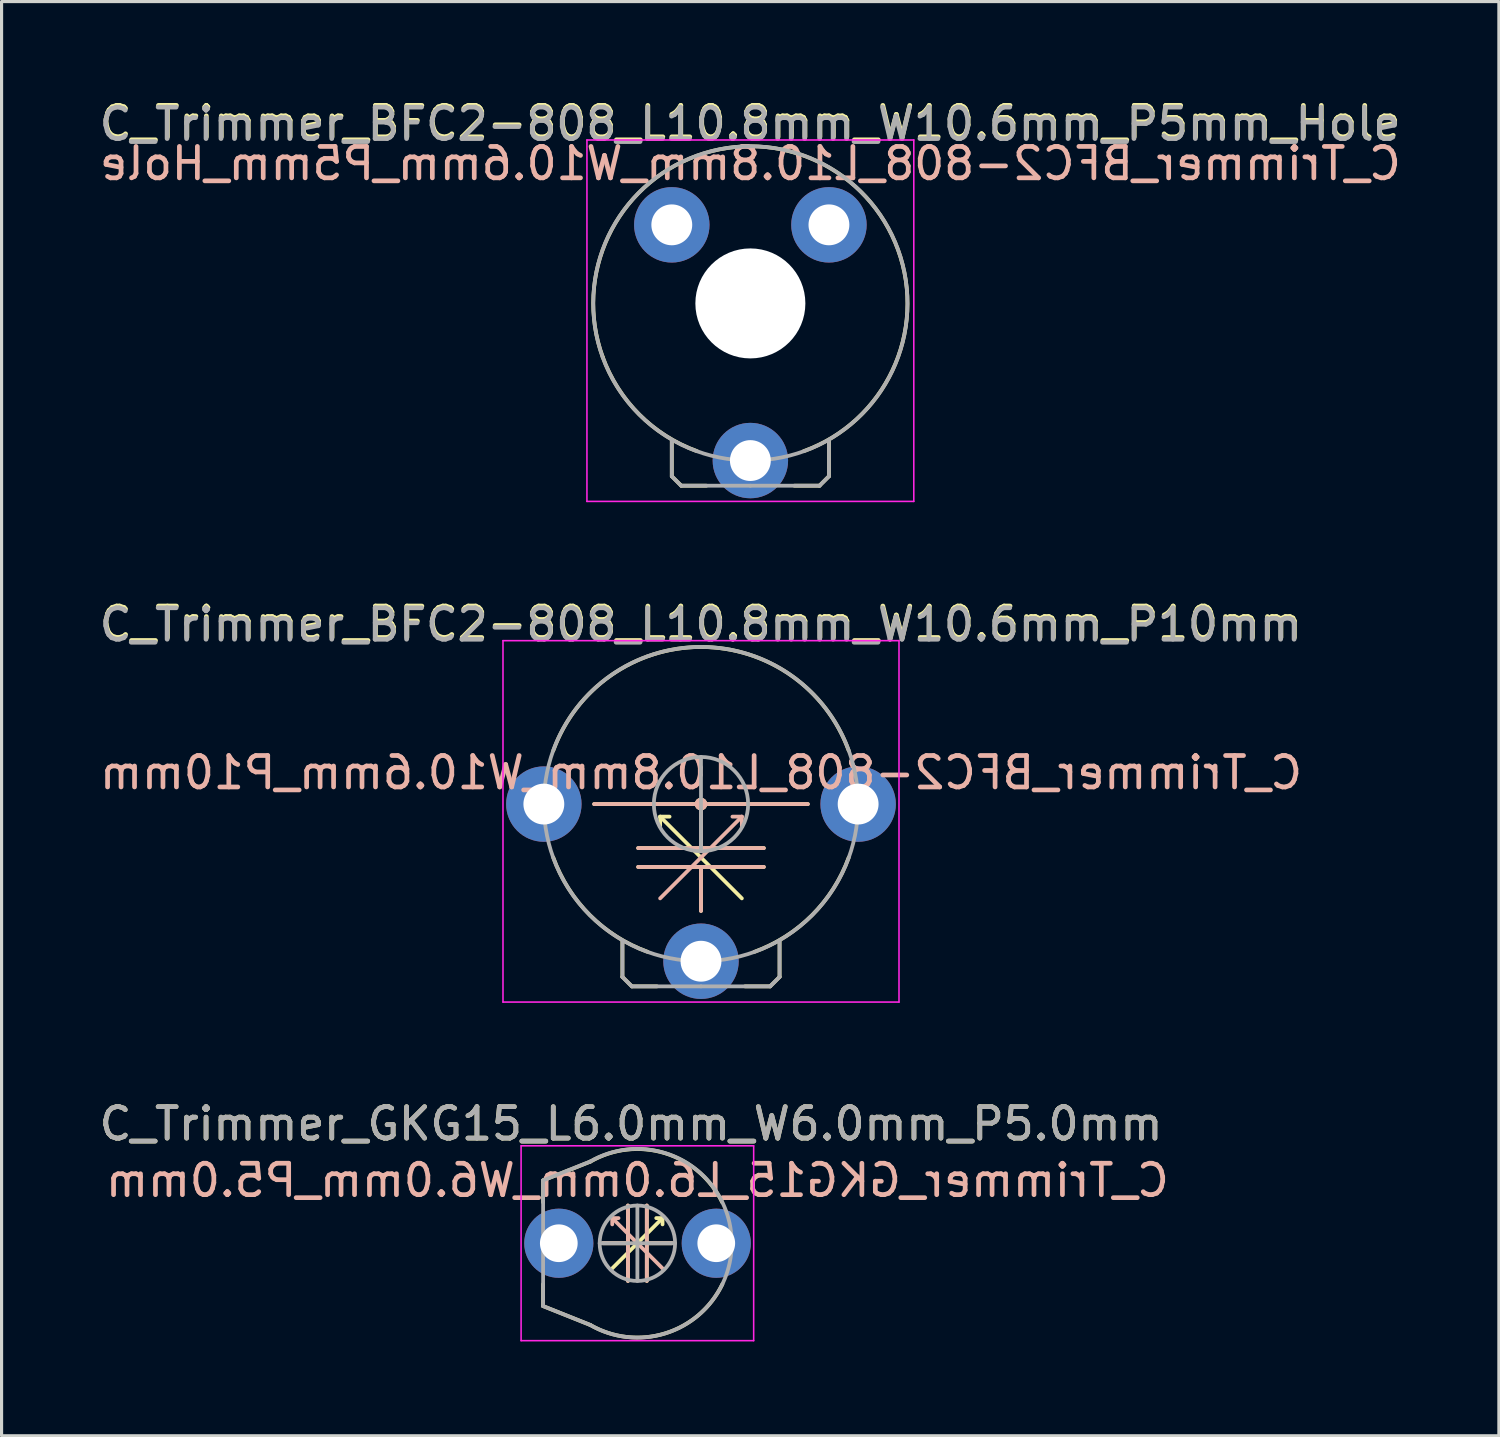
<source format=kicad_pcb>
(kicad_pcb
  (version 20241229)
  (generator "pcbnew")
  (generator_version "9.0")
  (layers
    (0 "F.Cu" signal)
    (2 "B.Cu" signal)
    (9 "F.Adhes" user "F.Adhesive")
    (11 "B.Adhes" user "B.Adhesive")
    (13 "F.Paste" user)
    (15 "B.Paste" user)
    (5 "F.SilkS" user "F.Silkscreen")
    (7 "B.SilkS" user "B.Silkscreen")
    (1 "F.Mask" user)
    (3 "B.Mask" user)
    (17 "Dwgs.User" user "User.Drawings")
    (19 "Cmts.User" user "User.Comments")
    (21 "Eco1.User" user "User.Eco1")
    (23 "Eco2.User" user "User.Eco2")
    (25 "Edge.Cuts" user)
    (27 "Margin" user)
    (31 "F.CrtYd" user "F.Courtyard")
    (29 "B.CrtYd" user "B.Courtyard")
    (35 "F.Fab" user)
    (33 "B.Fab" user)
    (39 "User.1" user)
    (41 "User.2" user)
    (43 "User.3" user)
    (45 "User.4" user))
  (footprint "C_Trimmer_GKG15_L6.0mm_W6.0mm_P5.0mm"
    (layer "F.Cu")
    (at 14.73 36.507)
    (property "Reference" "C_Trimmer_GKG15_L6.0mm_W6.0mm_P5.0mm" (at 2.3 -3.8 180) (layer "F.SilkS") (effects (font (size 1 1) (thickness 0.15))))
    (fp_line (start -0.5 -2) (end -0.5 -1.3) (stroke (width 0.12) (type solid)) (layer "F.SilkS"))
    (fp_line (start -0.5 -2) (end 1.002 -2.596) (stroke (width 0.12) (type solid)) (layer "F.SilkS"))
    (fp_line (start -0.5 2) (end -0.5 1.3) (stroke (width 0.12) (type solid)) (layer "F.SilkS"))
    (fp_line (start -0.5 2) (end 1 2.6) (stroke (width 0.12) (type solid)) (layer "F.SilkS"))
    (fp_line (start 1.4 0) (end 2.2 0) (stroke (width 0.12) (type solid)) (layer "F.SilkS"))
    (fp_line (start 2.2 0) (end 2.2 -1.2) (stroke (width 0.12) (type solid)) (layer "F.SilkS"))
    (fp_line (start 2.2 0) (end 2.2 1.2) (stroke (width 0.12) (type solid)) (layer "F.SilkS"))
    (fp_line (start 2.5 0) (end 1.7 0.8) (stroke (width 0.12) (type solid)) (layer "F.SilkS"))
    (fp_line (start 2.5 0) (end 3.3 -0.8) (stroke (width 0.12) (type solid)) (layer "F.SilkS"))
    (fp_line (start 2.8 0) (end 3.6 0) (stroke (width 0.12) (type solid)) (layer "F.SilkS"))
    (fp_line (start 2.8 1.2) (end 2.8 -1.2) (stroke (width 0.12) (type solid)) (layer "F.SilkS"))
    (fp_line (start 3.3 -0.8) (end 3.1 -0.8) (stroke (width 0.12) (type solid)) (layer "F.SilkS"))
    (fp_line (start 3.3 -0.8) (end 3.3 -0.6) (stroke (width 0.12) (type solid)) (layer "F.SilkS"))
    (fp_arc (start 1.0025 -2.595667) (mid 3.383849 -2.863355) (end 5.199999 -1.299999) (stroke (width 0.12) (type solid)) (layer "F.SilkS"))
    (fp_arc (start 5.204505 1.302169) (mid 3.385324 2.868134) (end 1.000001 2.599999) (stroke (width 0.12) (type solid)) (layer "F.SilkS"))
    (fp_line (start 1.7 -0.8) (end 1.7 -0.6) (stroke (width 0.12) (type solid)) (layer "B.SilkS"))
    (fp_line (start 1.7 -0.8) (end 1.9 -0.8) (stroke (width 0.12) (type solid)) (layer "B.SilkS"))
    (fp_line (start 2.2 0) (end 1.4 0) (stroke (width 0.12) (type solid)) (layer "B.SilkS"))
    (fp_line (start 2.2 1.2) (end 2.2 -1.2) (stroke (width 0.12) (type solid)) (layer "B.SilkS"))
    (fp_line (start 2.5 0) (end 1.7 -0.8) (stroke (width 0.12) (type solid)) (layer "B.SilkS"))
    (fp_line (start 2.5 0) (end 3.3 0.8) (stroke (width 0.12) (type solid)) (layer "B.SilkS"))
    (fp_line (start 2.8 0) (end 2.8 -1.2) (stroke (width 0.12) (type solid)) (layer "B.SilkS"))
    (fp_line (start 2.8 0) (end 2.8 1.2) (stroke (width 0.12) (type solid)) (layer "B.SilkS"))
    (fp_line (start 3.6 0) (end 2.8 0) (stroke (width 0.12) (type solid)) (layer "B.SilkS"))
    (fp_line (start -1.2 -3.1) (end -1.2 3.1) (stroke (width 0.05) (type solid)) (layer "F.CrtYd"))
    (fp_line (start -1.2 3.1) (end 6.2 3.1) (stroke (width 0.05) (type solid)) (layer "F.CrtYd"))
    (fp_line (start 6.2 -3.1) (end -1.2 -3.1) (stroke (width 0.05) (type solid)) (layer "F.CrtYd"))
    (fp_line (start 6.2 3.1) (end 6.2 -3.1) (stroke (width 0.05) (type solid)) (layer "F.CrtYd"))
    (fp_line (start -0.5 -2) (end 1 -2.6) (stroke (width 0.12) (type solid)) (layer "F.Fab"))
    (fp_line (start -0.5 0) (end -0.5 -2) (stroke (width 0.12) (type solid)) (layer "F.Fab"))
    (fp_line (start -0.5 2) (end -0.5 0) (stroke (width 0.12) (type solid)) (layer "F.Fab"))
    (fp_line (start -0.5 2) (end 1 2.6) (stroke (width 0.12) (type solid)) (layer "F.Fab"))
    (fp_line (start 2.5 -1.2) (end 2.5 1.2) (stroke (width 0.12) (type solid)) (layer "F.Fab"))
    (fp_line (start 3.7 0) (end 1.3 0) (stroke (width 0.12) (type solid)) (layer "F.Fab"))
    (fp_arc (start 1 -2.599999) (mid 5.501665 0) (end 1.000001 2.599999) (stroke (width 0.12) (type solid)) (layer "F.Fab"))
    (fp_circle (center 2.5 0) (end 1.3 0) (stroke (width 0.12) (type solid)) (fill no) (layer "F.Fab"))
    (fp_text user "${REFERENCE}" (at 2.5 -2 180) (layer "B.SilkS") (effects (font (size 1 1) (thickness 0.15)) (justify mirror)))
    (fp_text user "${REFERENCE}" (at 2.3 -3.8 180) (layer "F.Fab") (effects (font (size 1 1) (thickness 0.15))))
    (pad "1" thru_hole circle (at 0 0 180) (size 2.2 2.2) (drill 1.2) (layers "*.Cu" "*.Mask"))
    (pad "2" thru_hole circle (at 5.01 0 180) (size 2.2 2.2) (drill 1.2) (layers "*.Cu" "*.Mask")))
  (footprint "C_Trimmer_BFC2-808_L10.8mm_W10.6mm_P10mm"
    (layer "F.Cu")
    (at 19.254 27.534)
    (property "Reference" "C_Trimmer_BFC2-808_L10.8mm_W10.6mm_P10mm" (at 0 -10.756 0) (layer "F.SilkS") (effects (font (size 1 1) (thickness 0.15))))
    (fp_line (start -3.4 -5) (end 3.4 -5) (stroke (width 0.12) (type solid)) (layer "F.SilkS"))
    (fp_line (start -2.5 0.5) (end -2.5 -0.65) (stroke (width 0.12) (type solid)) (layer "F.SilkS"))
    (fp_line (start -2.2 0.8) (end -2.5 0.5) (stroke (width 0.12) (type solid)) (layer "F.SilkS"))
    (fp_line (start -1.4 0.8) (end -2.2 0.8) (stroke (width 0.12) (type solid)) (layer "F.SilkS"))
    (fp_line (start -1.3 -4.6) (end -1.3 -4.3) (stroke (width 0.12) (type solid)) (layer "F.SilkS"))
    (fp_line (start -1.3 -4.6) (end -1 -4.6) (stroke (width 0.12) (type solid)) (layer "F.SilkS"))
    (fp_line (start 0 -3.6) (end -2 -3.6) (stroke (width 0.12) (type solid)) (layer "F.SilkS"))
    (fp_line (start 0 -3.6) (end 0 -5) (stroke (width 0.12) (type solid)) (layer "F.SilkS"))
    (fp_line (start 0 -3.6) (end 2 -3.6) (stroke (width 0.12) (type solid)) (layer "F.SilkS"))
    (fp_line (start 0 -3.3) (end -1.3 -4.6) (stroke (width 0.12) (type solid)) (layer "F.SilkS"))
    (fp_line (start 0 -3.3) (end 1.3 -2) (stroke (width 0.12) (type solid)) (layer "F.SilkS"))
    (fp_line (start 0 -3) (end -2 -3) (stroke (width 0.12) (type solid)) (layer "F.SilkS"))
    (fp_line (start 0 -3) (end 2 -3) (stroke (width 0.12) (type solid)) (layer "F.SilkS"))
    (fp_line (start 0 -1.6) (end 0 -3) (stroke (width 0.12) (type solid)) (layer "F.SilkS"))
    (fp_line (start 1.4 0.8) (end 2.2 0.8) (stroke (width 0.12) (type solid)) (layer "F.SilkS"))
    (fp_line (start 2.2 0.8) (end 2.5 0.5) (stroke (width 0.12) (type solid)) (layer "F.SilkS"))
    (fp_line (start 2.5 0.5) (end 2.5 -0.65) (stroke (width 0.12) (type solid)) (layer "F.SilkS"))
    (fp_arc (start -4.699999 -6.7) (mid 0 -9.997999) (end 4.699999 -6.699999) (stroke (width 0.12) (type solid)) (layer "F.SilkS"))
    (fp_arc (start -1.7 -0.300001) (mid -3.534119 -1.465882) (end -4.699999 -3.300001) (stroke (width 0.12) (type solid)) (layer "F.SilkS"))
    (fp_arc (start 4.699999 -3.3) (mid 3.534118 -1.465881) (end 1.699999 -0.300001) (stroke (width 0.12) (type solid)) (layer "F.SilkS"))
    (fp_circle (center 0 -5) (end 0.1 -5) (stroke (width 0.2) (type solid)) (fill no) (layer "F.SilkS"))
    (fp_line (start 0 -3.6) (end -2 -3.6) (stroke (width 0.12) (type solid)) (layer "B.SilkS"))
    (fp_line (start 0 -3.6) (end 0 -5) (stroke (width 0.12) (type solid)) (layer "B.SilkS"))
    (fp_line (start 0 -3.6) (end 2 -3.6) (stroke (width 0.12) (type solid)) (layer "B.SilkS"))
    (fp_line (start 0 -3.3) (end -1.3 -2) (stroke (width 0.12) (type solid)) (layer "B.SilkS"))
    (fp_line (start 0 -3.3) (end 1.3 -4.6) (stroke (width 0.12) (type solid)) (layer "B.SilkS"))
    (fp_line (start 0 -3) (end -2 -3) (stroke (width 0.12) (type solid)) (layer "B.SilkS"))
    (fp_line (start 0 -3) (end 2 -3) (stroke (width 0.12) (type solid)) (layer "B.SilkS"))
    (fp_line (start 0 -1.6) (end 0 -3) (stroke (width 0.12) (type solid)) (layer "B.SilkS"))
    (fp_line (start 1.3 -4.6) (end 1 -4.6) (stroke (width 0.12) (type solid)) (layer "B.SilkS"))
    (fp_line (start 1.3 -4.6) (end 1.3 -4.3) (stroke (width 0.12) (type solid)) (layer "B.SilkS"))
    (fp_line (start 3.4 -5) (end -3.4 -5) (stroke (width 0.12) (type solid)) (layer "B.SilkS"))
    (fp_circle (center 0 -5) (end -0.1 -5) (stroke (width 0.2) (type solid)) (fill no) (layer "B.SilkS"))
    (fp_line (start -6.3 -10.2) (end -6.3 1.3) (stroke (width 0.05) (type solid)) (layer "F.CrtYd"))
    (fp_line (start -6.3 1.3) (end 6.3 1.3) (stroke (width 0.05) (type solid)) (layer "F.CrtYd"))
    (fp_line (start 6.3 -10.2) (end -6.3 -10.2) (stroke (width 0.05) (type solid)) (layer "F.CrtYd"))
    (fp_line (start 6.3 1.3) (end 6.3 -10.2) (stroke (width 0.05) (type solid)) (layer "F.CrtYd"))
    (fp_line (start -2.5 0.5) (end -2.5 -0.65) (stroke (width 0.12) (type solid)) (layer "F.Fab"))
    (fp_line (start -2.2 0.8) (end -2.5 0.5) (stroke (width 0.12) (type solid)) (layer "F.Fab"))
    (fp_line (start 0 -6.5) (end 0 -3.5) (stroke (width 0.12) (type solid)) (layer "F.Fab"))
    (fp_line (start 0 0.8) (end -2.2 0.8) (stroke (width 0.12) (type solid)) (layer "F.Fab"))
    (fp_line (start 0 0.8) (end 2.2 0.8) (stroke (width 0.12) (type solid)) (layer "F.Fab"))
    (fp_line (start 2.2 0.8) (end 2.5 0.5) (stroke (width 0.12) (type solid)) (layer "F.Fab"))
    (fp_line (start 2.5 0.5) (end 2.5 -0.65) (stroke (width 0.12) (type solid)) (layer "F.Fab"))
    (fp_circle (center 0 -5) (end 1.5 -5) (stroke (width 0.12) (type solid)) (fill no) (layer "F.Fab"))
    (fp_circle (center 0 -5) (end 5 -5) (stroke (width 0.12) (type solid)) (fill no) (layer "F.Fab"))
    (fp_text user "${REFERENCE}" (at 0 -6 0) (layer "B.SilkS") (effects (font (size 1 1) (thickness 0.15)) (justify mirror)))
    (fp_text user "${REFERENCE}" (at -0.01 -10.7 0) (layer "F.Fab") (effects (font (size 1 1) (thickness 0.15))))
    (pad "1" thru_hole circle (at 0 0) (size 2.4 2.4) (drill 1.3) (layers "*.Cu" "*.Mask"))
    (pad "2" thru_hole circle (at -5 -5) (size 2.4 2.4) (drill 1.3) (layers "*.Cu" "*.Mask"))
    (pad "2" thru_hole circle (at 5 -5) (size 2.4 2.4) (drill 1.3) (layers "*.Cu" "*.Mask")))
  (footprint "C_Trimmer_BFC2-808_L10.8mm_W10.6mm_P5mm_Hole"
    (layer "F.Cu")
    (at 20.825 11.604)
    (property "Reference" "C_Trimmer_BFC2-808_L10.8mm_W10.6mm_P5mm_Hole" (at 0 -10.756 0) (layer "F.SilkS") (effects (font (size 1 1) (thickness 0.15))))
    (fp_line (start -2.5 0.5) (end -2.5 -0.65) (stroke (width 0.12) (type solid)) (layer "F.SilkS"))
    (fp_line (start -2.2 0.8) (end -2.5 0.5) (stroke (width 0.12) (type solid)) (layer "F.SilkS"))
    (fp_line (start -1.4 0.8) (end -2.2 0.8) (stroke (width 0.12) (type solid)) (layer "F.SilkS"))
    (fp_line (start 1.4 0.8) (end 2.2 0.8) (stroke (width 0.12) (type solid)) (layer "F.SilkS"))
    (fp_line (start 2.2 0.8) (end 2.5 0.5) (stroke (width 0.12) (type solid)) (layer "F.SilkS"))
    (fp_line (start 2.5 0.5) (end 2.5 -0.65) (stroke (width 0.12) (type solid)) (layer "F.SilkS"))
    (fp_arc (start -4.699999 -3.300001) (mid 2.12132 -9.525482) (end 1.699999 -0.300001) (stroke (width 0.12) (type solid)) (layer "F.SilkS"))
    (fp_arc (start -1.7 -0.300001) (mid -3.534119 -1.465882) (end -4.699999 -3.300001) (stroke (width 0.12) (type solid)) (layer "F.SilkS"))
    (fp_line (start -5.2 -10.2) (end -5.2 1.3) (stroke (width 0.05) (type solid)) (layer "F.CrtYd"))
    (fp_line (start -5.2 1.3) (end 5.2 1.3) (stroke (width 0.05) (type solid)) (layer "F.CrtYd"))
    (fp_line (start 5.2 -10.2) (end -5.2 -10.2) (stroke (width 0.05) (type solid)) (layer "F.CrtYd"))
    (fp_line (start 5.2 1.3) (end 5.2 -10.2) (stroke (width 0.05) (type solid)) (layer "F.CrtYd"))
    (fp_line (start -2.5 0.5) (end -2.5 -0.65) (stroke (width 0.12) (type solid)) (layer "F.Fab"))
    (fp_line (start -2.2 0.8) (end -2.5 0.5) (stroke (width 0.12) (type solid)) (layer "F.Fab"))
    (fp_line (start 0 -6.5) (end 0 -3.5) (stroke (width 0.12) (type solid)) (layer "F.Fab"))
    (fp_line (start 0 0.8) (end -2.2 0.8) (stroke (width 0.12) (type solid)) (layer "F.Fab"))
    (fp_line (start 0 0.8) (end 2.2 0.8) (stroke (width 0.12) (type solid)) (layer "F.Fab"))
    (fp_line (start 2.2 0.8) (end 2.5 0.5) (stroke (width 0.12) (type solid)) (layer "F.Fab"))
    (fp_line (start 2.5 0.5) (end 2.5 -0.65) (stroke (width 0.12) (type solid)) (layer "F.Fab"))
    (fp_circle (center 0 -5) (end 1.5 -5) (stroke (width 0.12) (type solid)) (fill no) (layer "F.Fab"))
    (fp_circle (center 0 -5) (end 5 -5) (stroke (width 0.12) (type solid)) (fill no) (layer "F.Fab"))
    (fp_text user "${REFERENCE}" (at 0 -9.45 0) (layer "B.SilkS") (effects (font (size 1 1) (thickness 0.15)) (justify mirror)))
    (fp_text user "${REFERENCE}" (at -0.01 -10.7 0) (layer "F.Fab") (effects (font (size 1 1) (thickness 0.15))))
    (pad "" np_thru_hole circle (at 0 -5) (size 3.5 3.5) (drill 3.5) (layers "*.Cu" "*.Mask"))
    (pad "1" thru_hole circle (at 0 0) (size 2.4 2.4) (drill 1.3) (layers "*.Cu" "*.Mask"))
    (pad "2" thru_hole circle (at -2.5 -7.5) (size 2.4 2.4) (drill 1.3) (layers "*.Cu" "*.Mask"))
    (pad "2" thru_hole circle (at 2.5 -7.5) (size 2.4 2.4) (drill 1.3) (layers "*.Cu" "*.Mask")))
  (gr_rect
    (start -3 -3)
    (end 44.641 42.632)
    (stroke (width 0.1) (type default))
    (fill no)
    (layer "Edge.Cuts")))
</source>
